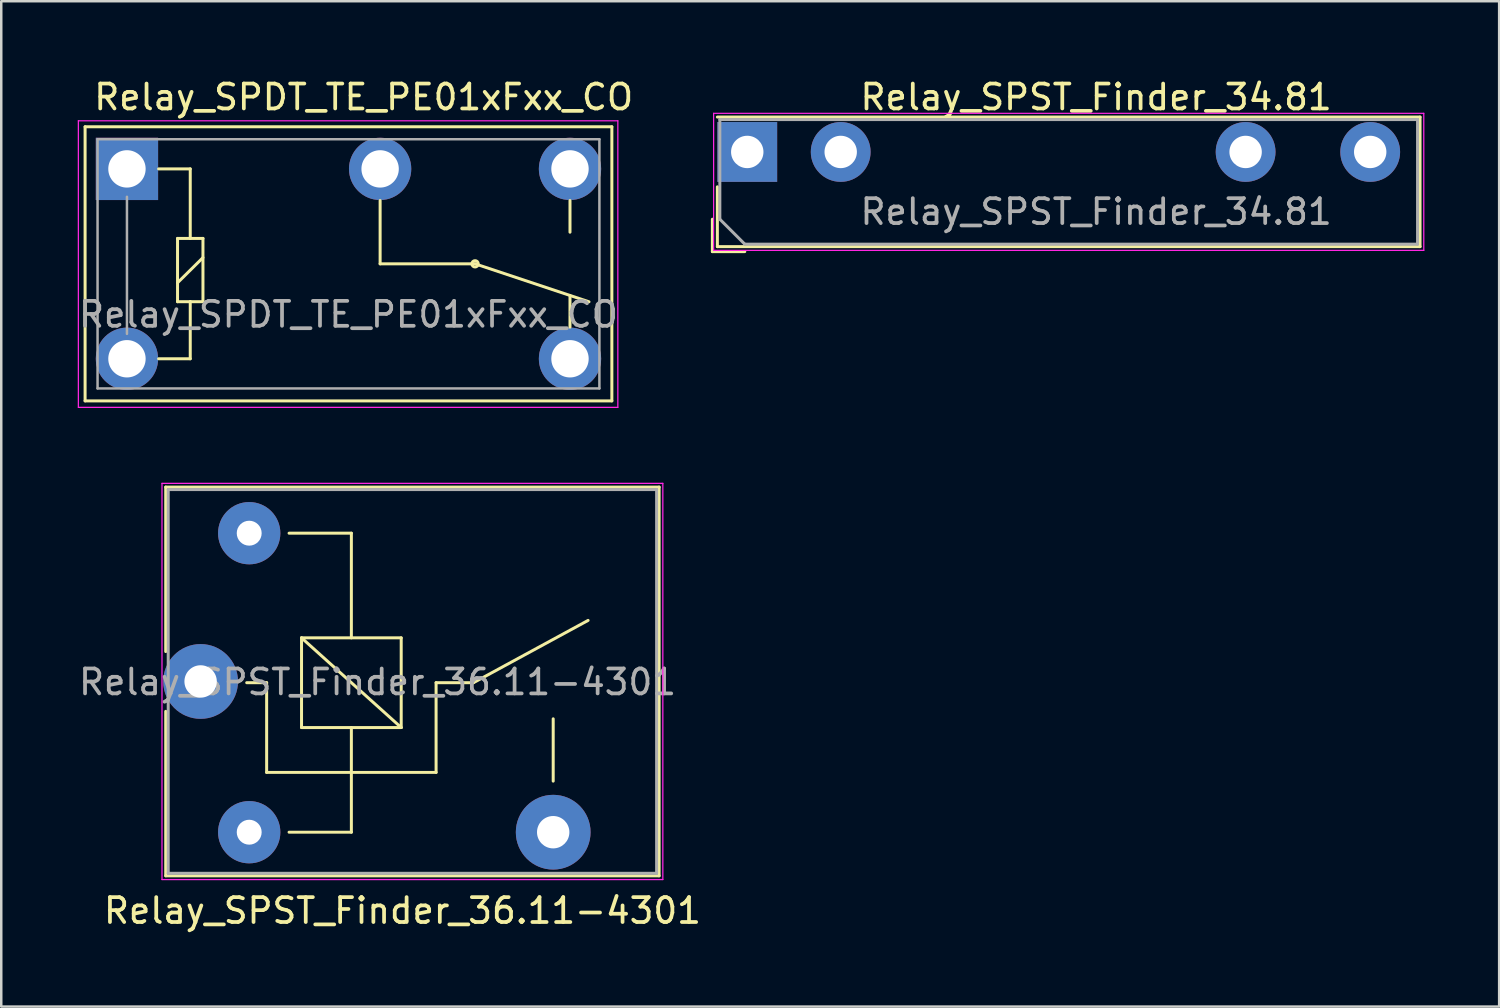
<source format=kicad_pcb>
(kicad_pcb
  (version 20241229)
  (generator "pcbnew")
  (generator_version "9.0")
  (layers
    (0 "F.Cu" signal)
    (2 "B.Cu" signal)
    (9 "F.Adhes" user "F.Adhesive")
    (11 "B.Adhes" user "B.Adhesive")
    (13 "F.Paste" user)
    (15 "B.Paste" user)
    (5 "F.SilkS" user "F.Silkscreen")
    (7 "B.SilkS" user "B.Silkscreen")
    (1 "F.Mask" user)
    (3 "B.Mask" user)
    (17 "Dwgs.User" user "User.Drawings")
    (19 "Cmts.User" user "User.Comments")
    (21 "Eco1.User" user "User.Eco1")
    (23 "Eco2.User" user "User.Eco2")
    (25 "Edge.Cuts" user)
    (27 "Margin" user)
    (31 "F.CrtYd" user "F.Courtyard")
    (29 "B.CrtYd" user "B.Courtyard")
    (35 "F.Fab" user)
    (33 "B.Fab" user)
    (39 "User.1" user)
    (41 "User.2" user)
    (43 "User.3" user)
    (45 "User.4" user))
  (footprint "Relay_SPDT_TE_PE01xFxx_CO"
    (layer "F.Cu")
    (at 2.045 3.728)
    (property "Reference" "Relay_SPDT_TE_PE01xFxx_CO" (at 9.5 -2.88 180) (layer "F.SilkS") (effects (font (size 1 1) (thickness 0.15))))
    (attr through_hole)
    (fp_line (start -1.68 -1.69) (end 19.46 -1.69) (stroke (width 0.12) (type solid)) (layer "F.SilkS"))
    (fp_line (start -1.68 9.31) (end -1.68 -1.69) (stroke (width 0.12) (type solid)) (layer "F.SilkS"))
    (fp_line (start -1.68 9.31) (end 19.46 9.31) (stroke (width 0.12) (type solid)) (layer "F.SilkS"))
    (fp_line (start 1.27 7.62) (end 2.54 7.62) (stroke (width 0.12) (type solid)) (layer "F.SilkS"))
    (fp_line (start 2.03 2.79) (end 2.54 2.79) (stroke (width 0.12) (type solid)) (layer "F.SilkS"))
    (fp_line (start 2.03 4.57) (end 3.05 3.56) (stroke (width 0.12) (type solid)) (layer "F.SilkS"))
    (fp_line (start 2.03 5.33) (end 2.03 2.79) (stroke (width 0.12) (type solid)) (layer "F.SilkS"))
    (fp_line (start 2.54 0) (end 1.27 0) (stroke (width 0.12) (type solid)) (layer "F.SilkS"))
    (fp_line (start 2.54 2.79) (end 2.54 0) (stroke (width 0.12) (type solid)) (layer "F.SilkS"))
    (fp_line (start 2.54 2.79) (end 3.05 2.79) (stroke (width 0.12) (type solid)) (layer "F.SilkS"))
    (fp_line (start 2.54 5.33) (end 2.03 5.33) (stroke (width 0.12) (type solid)) (layer "F.SilkS"))
    (fp_line (start 2.54 7.62) (end 2.54 5.33) (stroke (width 0.12) (type solid)) (layer "F.SilkS"))
    (fp_line (start 3.05 2.79) (end 3.05 5.33) (stroke (width 0.12) (type solid)) (layer "F.SilkS"))
    (fp_line (start 3.05 5.33) (end 2.54 5.33) (stroke (width 0.12) (type solid)) (layer "F.SilkS"))
    (fp_line (start 10.16 3.81) (end 10.16 1.27) (stroke (width 0.12) (type solid)) (layer "F.SilkS"))
    (fp_line (start 10.16 3.81) (end 13.97 3.81) (stroke (width 0.12) (type solid)) (layer "F.SilkS"))
    (fp_line (start 13.97 3.81) (end 18.542 5.334) (stroke (width 0.12) (type solid)) (layer "F.SilkS"))
    (fp_line (start 17.78 1.27) (end 17.78 2.54) (stroke (width 0.12) (type solid)) (layer "F.SilkS"))
    (fp_line (start 17.78 6.35) (end 17.78 5.08) (stroke (width 0.12) (type solid)) (layer "F.SilkS"))
    (fp_line (start 19.46 9.31) (end 19.46 -1.69) (stroke (width 0.12) (type solid)) (layer "F.SilkS"))
    (fp_circle (center 13.97 3.81) (end 14.097 3.81) (stroke (width 0.12) (type solid)) (fill no) (layer "F.SilkS"))
    (fp_line (start -1.95 -1.93) (end 19.7 -1.93) (stroke (width 0.05) (type solid)) (layer "F.CrtYd"))
    (fp_line (start -1.95 9.57) (end -1.95 -1.93) (stroke (width 0.05) (type solid)) (layer "F.CrtYd"))
    (fp_line (start 19.7 -1.93) (end 19.7 9.57) (stroke (width 0.05) (type solid)) (layer "F.CrtYd"))
    (fp_line (start 19.7 9.57) (end -1.95 9.57) (stroke (width 0.05) (type solid)) (layer "F.CrtYd"))
    (fp_line (start -1.18 -1.19) (end 18.96 -1.19) (stroke (width 0.1) (type solid)) (layer "F.Fab"))
    (fp_line (start -1.18 8.81) (end -1.18 -1.19) (stroke (width 0.1) (type solid)) (layer "F.Fab"))
    (fp_line (start 0 6.62) (end 0 1.12) (stroke (width 0.1) (type solid)) (layer "F.Fab"))
    (fp_line (start 18.96 -1.19) (end 18.96 8.81) (stroke (width 0.1) (type solid)) (layer "F.Fab"))
    (fp_line (start 18.96 8.81) (end -1.18 8.81) (stroke (width 0.1) (type solid)) (layer "F.Fab"))
    (fp_text user "${REFERENCE}" (at 8.89 5.842 0) (layer "F.Fab") (effects (font (size 1 1) (thickness 0.15))))
    (pad "11" thru_hole circle (at 10.16 0 180) (size 2.5 2.5) (drill 1.5) (layers "*.Cu" "*.Mask"))
    (pad "12" thru_hole circle (at 17.78 7.62 180) (size 2.5 2.5) (drill 1.5) (layers "*.Cu" "*.Mask"))
    (pad "14" thru_hole circle (at 17.78 0 180) (size 2.5 2.5) (drill 1.5) (layers "*.Cu" "*.Mask"))
    (pad "A1" thru_hole rect (at 0 0 180) (size 2.5 2.5) (drill 1.5) (layers "*.Cu" "*.Mask"))
    (pad "A2" thru_hole circle (at 0 7.62 180) (size 2.5 2.5) (drill 1.5) (layers "*.Cu" "*.Mask")))
  (footprint "Relay_SPST_Finder_34.81"
    (layer "F.Cu")
    (at 26.939 3.048)
    (property "Reference" "Relay_SPST_Finder_34.81" (at 14 -2.2 0) (layer "F.SilkS") (effects (font (size 1 1) (thickness 0.15))))
    (attr through_hole)
    (fp_line (start -1.4 4) (end -1.4 2.7) (stroke (width 0.12) (type solid)) (layer "F.SilkS"))
    (fp_line (start -1.2 -1.4) (end 27 -1.4) (stroke (width 0.12) (type solid)) (layer "F.SilkS"))
    (fp_line (start -1.2 3.8) (end -1.2 1.4) (stroke (width 0.12) (type solid)) (layer "F.SilkS"))
    (fp_line (start -0.1 4) (end -1.4 4) (stroke (width 0.12) (type solid)) (layer "F.SilkS"))
    (fp_line (start 27 -1.4) (end 27 3.8) (stroke (width 0.12) (type solid)) (layer "F.SilkS"))
    (fp_line (start 27 3.8) (end -1.2 3.8) (stroke (width 0.12) (type solid)) (layer "F.SilkS"))
    (fp_line (start -1.35 -1.55) (end -1.35 3.95) (stroke (width 0.05) (type solid)) (layer "F.CrtYd"))
    (fp_line (start -1.35 -1.55) (end 27.15 -1.55) (stroke (width 0.05) (type solid)) (layer "F.CrtYd"))
    (fp_line (start 27.15 3.95) (end -1.35 3.95) (stroke (width 0.05) (type solid)) (layer "F.CrtYd"))
    (fp_line (start 27.15 3.95) (end 27.15 -1.55) (stroke (width 0.05) (type solid)) (layer "F.CrtYd"))
    (fp_line (start -1.1 -1.3) (end 26.9 -1.3) (stroke (width 0.12) (type solid)) (layer "F.Fab"))
    (fp_line (start -1.1 2.7) (end -1.1 -1.3) (stroke (width 0.12) (type solid)) (layer "F.Fab"))
    (fp_line (start -0.1 3.7) (end -1.1 2.7) (stroke (width 0.12) (type solid)) (layer "F.Fab"))
    (fp_line (start 26.9 -1.3) (end 26.9 3.7) (stroke (width 0.12) (type solid)) (layer "F.Fab"))
    (fp_line (start 26.9 3.7) (end -0.1 3.7) (stroke (width 0.12) (type solid)) (layer "F.Fab"))
    (fp_text user "${REFERENCE}" (at 14 2.4 0) (layer "F.Fab") (effects (font (size 1 1) (thickness 0.15))))
    (pad "11" thru_hole circle (at 20 0) (size 2.4 2.4) (drill 1.3) (layers "*.Cu" "*.Mask"))
    (pad "14" thru_hole circle (at 25 0) (size 2.4 2.4) (drill 1.3) (layers "*.Cu" "*.Mask"))
    (pad "A1" thru_hole circle (at 3.75 0) (size 2.4 2.4) (drill 1.3) (layers "*.Cu" "*.Mask"))
    (pad "A2" thru_hole rect (at 0 0) (size 2.4 2.4) (drill 1.3) (layers "*.Cu" "*.Mask")))
  (footprint "Relay_SPST_Finder_36.11-4301"
    (layer "F.Cu")
    (at 5.001 24.298)
    (property "Reference" "Relay_SPST_Finder_36.11-4301" (at 8.1 9.2 0) (layer "F.SilkS") (effects (font (size 1 1) (thickness 0.15))))
    (attr through_hole)
    (fp_line (start -1.4 -7.8) (end -1.4 -1.2) (stroke (width 0.12) (type solid)) (layer "F.SilkS"))
    (fp_line (start -1.4 -7.8) (end 18.4 -7.8) (stroke (width 0.12) (type solid)) (layer "F.SilkS"))
    (fp_line (start -1.4 1.2) (end -1.4 7.8) (stroke (width 0.12) (type solid)) (layer "F.SilkS"))
    (fp_line (start 2.65 0.05) (end 1.85 0.05) (stroke (width 0.12) (type solid)) (layer "F.SilkS"))
    (fp_line (start 2.65 0.05) (end 2.65 3.65) (stroke (width 0.12) (type solid)) (layer "F.SilkS"))
    (fp_line (start 3.55 6.05) (end 6.05 6.05) (stroke (width 0.12) (type solid)) (layer "F.SilkS"))
    (fp_line (start 4.05 -1.75) (end 8.05 -1.75) (stroke (width 0.12) (type solid)) (layer "F.SilkS"))
    (fp_line (start 4.05 1.85) (end 4.05 -1.75) (stroke (width 0.12) (type solid)) (layer "F.SilkS"))
    (fp_line (start 6.05 -5.95) (end 3.55 -5.95) (stroke (width 0.12) (type solid)) (layer "F.SilkS"))
    (fp_line (start 6.05 -5.95) (end 6.05 -1.75) (stroke (width 0.12) (type solid)) (layer "F.SilkS"))
    (fp_line (start 6.05 1.85) (end 6.05 6.05) (stroke (width 0.12) (type solid)) (layer "F.SilkS"))
    (fp_line (start 8.05 -1.75) (end 8.05 1.85) (stroke (width 0.12) (type solid)) (layer "F.SilkS"))
    (fp_line (start 8.05 1.85) (end 4.05 -1.75) (stroke (width 0.12) (type solid)) (layer "F.SilkS"))
    (fp_line (start 8.05 1.85) (end 4.05 1.85) (stroke (width 0.12) (type solid)) (layer "F.SilkS"))
    (fp_line (start 9.45 0.05) (end 9.45 3.65) (stroke (width 0.12) (type solid)) (layer "F.SilkS"))
    (fp_line (start 9.45 0.05) (end 10.95 0.05) (stroke (width 0.12) (type solid)) (layer "F.SilkS"))
    (fp_line (start 9.45 3.65) (end 2.65 3.65) (stroke (width 0.12) (type solid)) (layer "F.SilkS"))
    (fp_line (start 10.95 0.05) (end 15.55 -2.45) (stroke (width 0.12) (type solid)) (layer "F.SilkS"))
    (fp_line (start 14.15 1.5) (end 14.15 4) (stroke (width 0.12) (type solid)) (layer "F.SilkS"))
    (fp_line (start 18.4 -7.8) (end 18.4 7.8) (stroke (width 0.12) (type solid)) (layer "F.SilkS"))
    (fp_line (start 18.4 7.8) (end -1.4 7.8) (stroke (width 0.12) (type solid)) (layer "F.SilkS"))
    (fp_line (start -1.55 7.95) (end -1.55 -7.95) (stroke (width 0.05) (type solid)) (layer "F.CrtYd"))
    (fp_line (start -1.55 7.95) (end 18.55 7.95) (stroke (width 0.05) (type solid)) (layer "F.CrtYd"))
    (fp_line (start 18.55 -7.95) (end -1.55 -7.95) (stroke (width 0.05) (type solid)) (layer "F.CrtYd"))
    (fp_line (start 18.55 -7.95) (end 18.55 7.95) (stroke (width 0.05) (type solid)) (layer "F.CrtYd"))
    (fp_line (start -1.3 -7.7) (end 18.3 -7.7) (stroke (width 0.12) (type solid)) (layer "F.Fab"))
    (fp_line (start -1.3 7.7) (end -1.3 -7.7) (stroke (width 0.12) (type solid)) (layer "F.Fab"))
    (fp_line (start 18.3 -7.7) (end 18.3 7.7) (stroke (width 0.12) (type solid)) (layer "F.Fab"))
    (fp_line (start 18.3 7.7) (end -1.3 7.7) (stroke (width 0.12) (type solid)) (layer "F.Fab"))
    (fp_text user "${REFERENCE}" (at 7.1 0.025 0) (layer "F.Fab") (effects (font (size 1 1) (thickness 0.15))))
    (pad "11" thru_hole circle (at 0 0 90) (size 3 3) (drill 1.3) (layers "*.Cu" "*.Mask"))
    (pad "14" thru_hole circle (at 14.15 6.05 90) (size 3 3) (drill 1.3) (layers "*.Cu" "*.Mask"))
    (pad "A1" thru_hole circle (at 1.95 6.05 90) (size 2.5 2.5) (drill 1) (layers "*.Cu" "*.Mask"))
    (pad "A2" thru_hole circle (at 1.95 -5.95 90) (size 2.5 2.5) (drill 1) (layers "*.Cu" "*.Mask")))
  (gr_rect
    (start -3 -3)
    (end 57.114 37.346)
    (stroke (width 0.1) (type default))
    (fill no)
    (layer "Edge.Cuts")))
</source>
